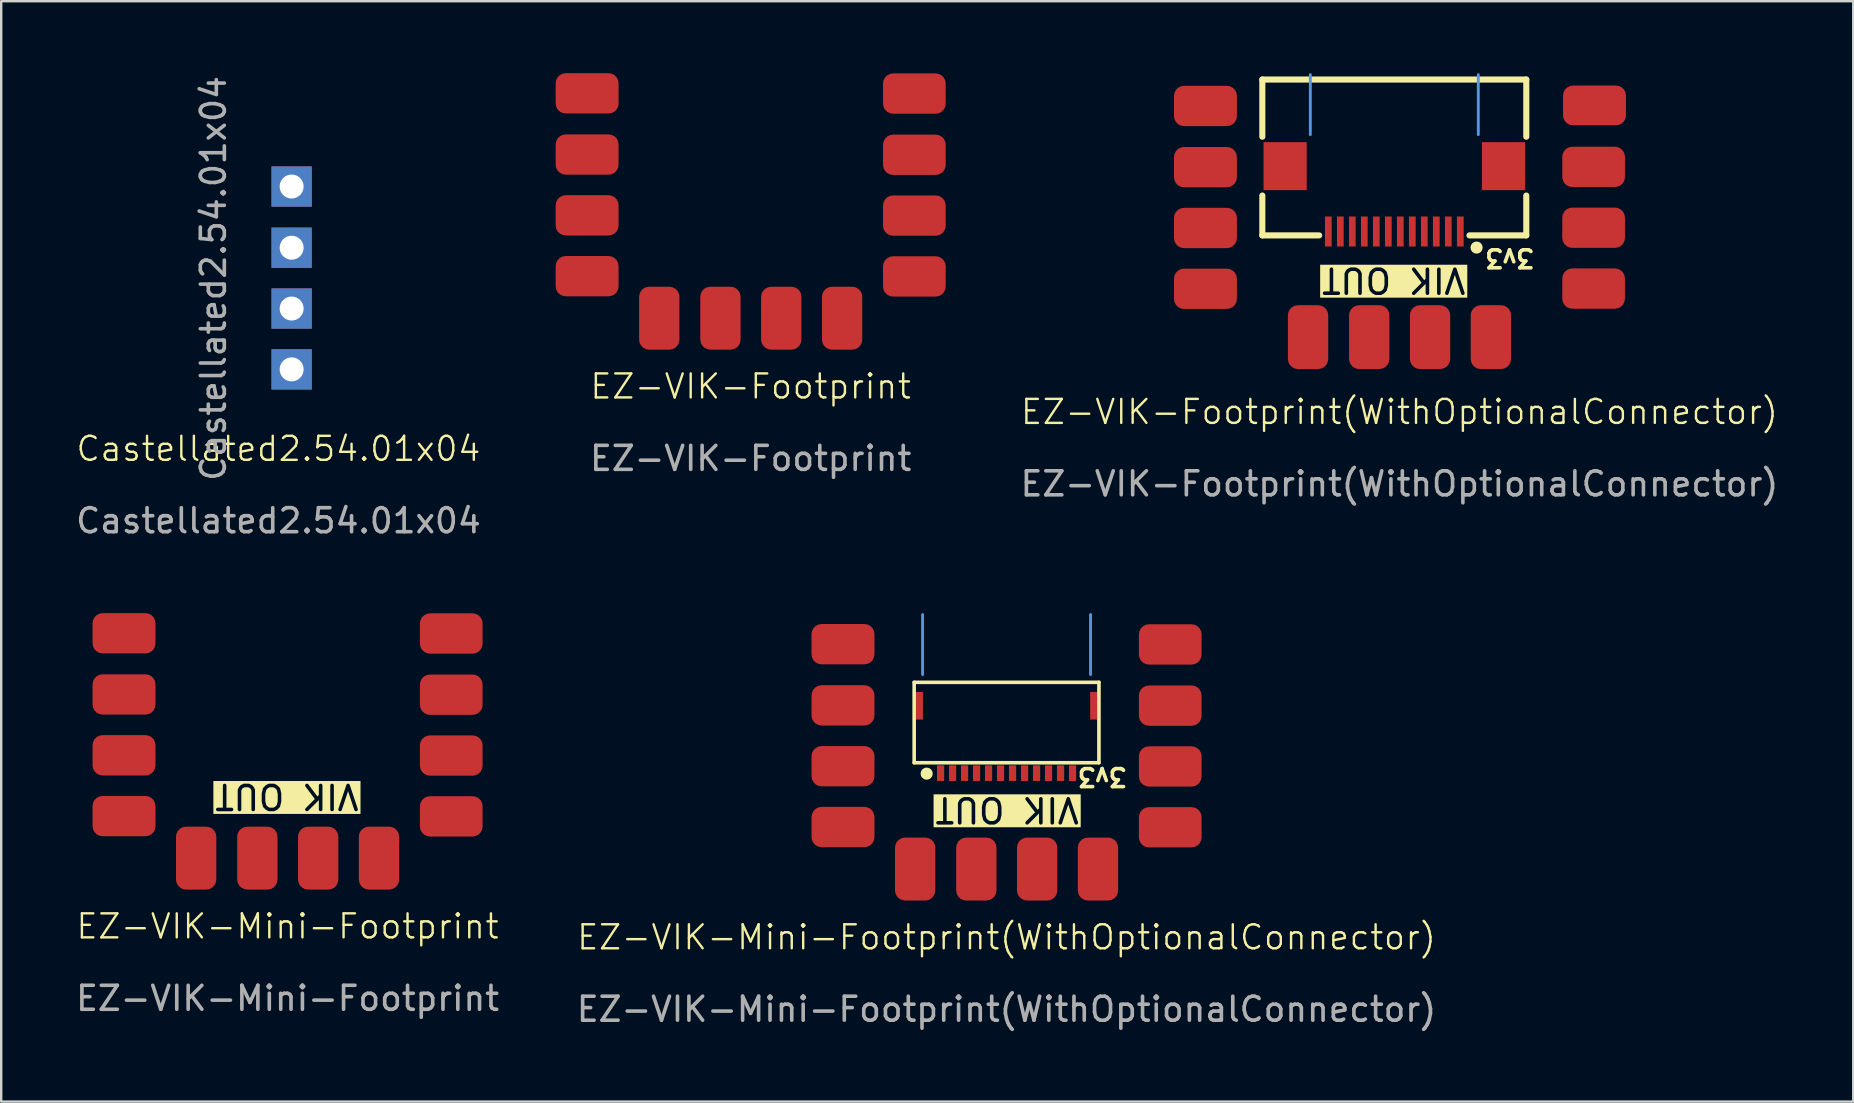
<source format=kicad_pcb>
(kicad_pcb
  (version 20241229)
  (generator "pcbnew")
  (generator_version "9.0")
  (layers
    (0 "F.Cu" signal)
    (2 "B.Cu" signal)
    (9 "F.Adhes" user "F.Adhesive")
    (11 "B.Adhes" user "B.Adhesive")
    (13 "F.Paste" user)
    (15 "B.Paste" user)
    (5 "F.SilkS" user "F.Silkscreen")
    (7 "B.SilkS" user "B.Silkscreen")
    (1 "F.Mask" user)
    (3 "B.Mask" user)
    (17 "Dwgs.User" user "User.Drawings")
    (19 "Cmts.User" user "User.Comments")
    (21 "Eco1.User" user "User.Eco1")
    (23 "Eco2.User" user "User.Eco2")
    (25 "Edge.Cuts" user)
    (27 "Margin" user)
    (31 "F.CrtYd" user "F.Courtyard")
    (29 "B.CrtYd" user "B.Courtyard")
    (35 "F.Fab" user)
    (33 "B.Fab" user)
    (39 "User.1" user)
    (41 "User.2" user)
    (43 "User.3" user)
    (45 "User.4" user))
  (footprint "EZ-VIK-Footprint"
    (layer "F.Cu")
    (at 28.235 13.555)
    (property "Reference" "EZ-VIK-Footprint" (at 0 -0.5 0) (unlocked yes) (layer "F.SilkS") (effects (font (size 1 1) (thickness 0.1))))
    (attr smd)
    (fp_text user "${REFERENCE}" (at 0 2.5 0) (unlocked yes) (layer "F.Fab") (effects (font (size 1 1) (thickness 0.15))))
    (pad "1" smd roundrect (at 6.355 -12.705) (size 2.613 1.68) (drill (offset 0.467 0)) (layers "F.Cu" "F.Mask" "F.Paste") (roundrect_rratio 0.25))
    (pad "2" smd roundrect (at 6.355 -10.155) (size 2.613 1.68) (drill (offset 0.467 0)) (layers "F.Cu" "F.Mask" "F.Paste") (roundrect_rratio 0.25))
    (pad "3" smd roundrect (at 6.355 -7.62) (size 2.613 1.68) (drill (offset 0.467 0)) (layers "F.Cu" "F.Mask" "F.Paste") (roundrect_rratio 0.25))
    (pad "4" smd roundrect (at 6.355 -5.085) (size 2.613 1.68) (drill (offset 0.467 0)) (layers "F.Cu" "F.Mask" "F.Paste") (roundrect_rratio 0.25))
    (pad "5" smd roundrect (at 3.81 -3.815 90) (size 2.623 1.68) (drill (offset -0.471 0)) (layers "F.Cu" "F.Mask" "F.Paste") (roundrect_rratio 0.25))
    (pad "6" smd roundrect (at 1.275 -3.815 90) (size 2.623 1.68) (drill (offset -0.471 0)) (layers "F.Cu" "F.Mask" "F.Paste") (roundrect_rratio 0.25))
    (pad "7" smd roundrect (at -1.26 -3.815 90) (size 2.623 1.68) (drill (offset -0.471 0)) (layers "F.Cu" "F.Mask" "F.Paste") (roundrect_rratio 0.25))
    (pad "8" smd roundrect (at -3.81 -3.815 90) (size 2.623 1.68) (drill (offset -0.471 0)) (layers "F.Cu" "F.Mask" "F.Paste") (roundrect_rratio 0.25))
    (pad "9" smd roundrect (at -6.345 -5.095) (size 2.623 1.68) (drill (offset -0.471 0)) (layers "F.Cu" "F.Mask" "F.Paste") (roundrect_rratio 0.25))
    (pad "10" smd roundrect (at -6.345 -7.63) (size 2.623 1.68) (drill (offset -0.471 0)) (layers "F.Cu" "F.Mask" "F.Paste") (roundrect_rratio 0.25))
    (pad "11" smd roundrect (at -6.345 -10.165) (size 2.623 1.68) (drill (offset -0.471 0)) (layers "F.Cu" "F.Mask" "F.Paste") (roundrect_rratio 0.25))
    (pad "12" smd roundrect (at -6.345 -12.715) (size 2.623 1.68) (drill (offset -0.471 0)) (layers "F.Cu" "F.Mask" "F.Paste") (roundrect_rratio 0.25)))
  (footprint "EZ-VIK-Mini-Footprint(WithOptionalConnector)"
    (layer "F.Cu")
    (at 38.899 36.512)
    (property "Reference" "EZ-VIK-Mini-Footprint(WithOptionalConnector)" (at 0 -0.5 0) (unlocked yes) (layer "F.SilkS") (effects (font (size 1 1) (thickness 0.1))))
    (attr smd)
    (fp_line (start -3.85 -11.125) (end -3.85 -7.775) (stroke (width 0.15) (type solid)) (layer "F.SilkS"))
    (fp_line (start -3.85 -11.125) (end 3.85 -11.125) (stroke (width 0.15) (type solid)) (layer "F.SilkS"))
    (fp_line (start 3.85 -11.125) (end 3.85 -7.775) (stroke (width 0.15) (type solid)) (layer "F.SilkS"))
    (fp_line (start 3.85 -7.775) (end -3.85 -7.775) (stroke (width 0.15) (type solid)) (layer "F.SilkS"))
    (fp_circle (center -3.33 -7.32) (end -3.457 -7.32) (stroke (width 0.254) (type solid)) (fill no) (layer "F.SilkS"))
    (fp_line (start -3.5 -11.45) (end -3.5 -13.95) (stroke (width 0.12) (type default)) (layer "Cmts.User"))
    (fp_line (start 3.5 -11.45) (end 3.5 -13.95) (stroke (width 0.12) (type default)) (layer "Cmts.User"))
    (fp_text user "VIK OUT" (at 3.099 -6.401 180) (unlocked yes) (layer "F.SilkS" knockout) (effects (font (size 1 1) (thickness 0.15)) (justify left bottom)))
    (fp_text user "3v3" (at 5.08 -7.63 180) (unlocked yes) (layer "F.SilkS") (effects (font (size 0.75 0.75) (thickness 0.15)) (justify left bottom)))
    (fp_text user "${REFERENCE}" (at 0 2.5 0) (unlocked yes) (layer "F.Fab") (effects (font (size 1 1) (thickness 0.15))))
    (fp_text user "C2919479" (at 0 -10.2 180) (layer "User.2") (effects (font (size 1 1) (thickness 0.15))))
    (pad "1" smd rect (at 2.75 -7.34 180) (size 0.3 0.65) (layers "F.Cu" "F.Mask" "F.Paste"))
    (pad "1" smd roundrect (at 6.355 -12.705) (size 2.613 1.68) (drill (offset 0.467 0)) (layers "F.Cu" "F.Mask" "F.Paste") (roundrect_rratio 0.25))
    (pad "2" smd rect (at 2.25 -7.34 180) (size 0.3 0.65) (layers "F.Cu" "F.Mask" "F.Paste"))
    (pad "2" smd roundrect (at 6.355 -10.155) (size 2.613 1.68) (drill (offset 0.467 0)) (layers "F.Cu" "F.Mask" "F.Paste") (roundrect_rratio 0.25))
    (pad "3" smd rect (at 1.75 -7.34 180) (size 0.3 0.65) (layers "F.Cu" "F.Mask" "F.Paste"))
    (pad "3" smd roundrect (at 6.355 -7.62) (size 2.613 1.68) (drill (offset 0.467 0)) (layers "F.Cu" "F.Mask" "F.Paste") (roundrect_rratio 0.25))
    (pad "4" smd rect (at 1.25 -7.34 180) (size 0.3 0.65) (layers "F.Cu" "F.Mask" "F.Paste"))
    (pad "4" smd roundrect (at 6.355 -5.085) (size 2.613 1.68) (drill (offset 0.467 0)) (layers "F.Cu" "F.Mask" "F.Paste") (roundrect_rratio 0.25))
    (pad "5" smd rect (at 0.75 -7.34 180) (size 0.3 0.65) (layers "F.Cu" "F.Mask" "F.Paste"))
    (pad "5" smd roundrect (at 3.81 -3.815 90) (size 2.623 1.68) (drill (offset -0.471 0)) (layers "F.Cu" "F.Mask" "F.Paste") (roundrect_rratio 0.25))
    (pad "6" smd rect (at 0.25 -7.34 180) (size 0.3 0.65) (layers "F.Cu" "F.Mask" "F.Paste"))
    (pad "6" smd roundrect (at 1.275 -3.815 90) (size 2.623 1.68) (drill (offset -0.471 0)) (layers "F.Cu" "F.Mask" "F.Paste") (roundrect_rratio 0.25))
    (pad "7" smd roundrect (at -1.26 -3.815 90) (size 2.623 1.68) (drill (offset -0.471 0)) (layers "F.Cu" "F.Mask" "F.Paste") (roundrect_rratio 0.25))
    (pad "7" smd rect (at -0.25 -7.34 180) (size 0.3 0.65) (layers "F.Cu" "F.Mask" "F.Paste"))
    (pad "8" smd roundrect (at -3.81 -3.815 90) (size 2.623 1.68) (drill (offset -0.471 0)) (layers "F.Cu" "F.Mask" "F.Paste") (roundrect_rratio 0.25))
    (pad "8" smd rect (at -0.75 -7.34 180) (size 0.3 0.65) (layers "F.Cu" "F.Mask" "F.Paste"))
    (pad "9" smd roundrect (at -6.345 -5.095) (size 2.623 1.68) (drill (offset -0.471 0)) (layers "F.Cu" "F.Mask" "F.Paste") (roundrect_rratio 0.25))
    (pad "9" smd rect (at -1.25 -7.34 180) (size 0.3 0.65) (layers "F.Cu" "F.Mask" "F.Paste"))
    (pad "10" smd roundrect (at -6.345 -7.63) (size 2.623 1.68) (drill (offset -0.471 0)) (layers "F.Cu" "F.Mask" "F.Paste") (roundrect_rratio 0.25))
    (pad "10" smd rect (at -1.75 -7.34 180) (size 0.3 0.65) (layers "F.Cu" "F.Mask" "F.Paste"))
    (pad "11" smd roundrect (at -6.345 -10.165) (size 2.623 1.68) (drill (offset -0.471 0)) (layers "F.Cu" "F.Mask" "F.Paste") (roundrect_rratio 0.25))
    (pad "11" smd rect (at -2.25 -7.34 180) (size 0.3 0.65) (layers "F.Cu" "F.Mask" "F.Paste"))
    (pad "12" smd roundrect (at -6.345 -12.715) (size 2.623 1.68) (drill (offset -0.471 0)) (layers "F.Cu" "F.Mask" "F.Paste") (roundrect_rratio 0.25))
    (pad "12" smd rect (at -2.75 -7.34 180) (size 0.3 0.65) (layers "F.Cu" "F.Mask" "F.Paste"))
    (pad "13" smd rect (at -3.635 -10.15 180) (size 0.3 1.15) (layers "F.Cu" "F.Mask" "F.Paste"))
    (pad "14" smd rect (at 3.635 -10.15 180) (size 0.3 1.15) (layers "F.Cu" "F.Mask" "F.Paste")))
  (footprint "Castellated2.54.01x04"
    (layer "F.Cu")
    (at 8.554 16.154)
    (property "Reference" "Castellated2.54.01x04" (at 0 -0.5 0) (unlocked yes) (layer "F.SilkS") (effects (font (size 1 1) (thickness 0.1))))
    (attr smd)
    (fp_text user "${REFERENCE}" (at 0 2.5 0) (unlocked yes) (layer "F.Fab") (effects (font (size 1 1) (thickness 0.15))))
    (fp_text user "${REFERENCE}" (at -2.71 -7.6 90) (layer "F.Fab") (effects (font (size 1 1) (thickness 0.15))))
    (pad "1" thru_hole rect (at 0.55 -11.43) (size 1.68 1.68) (drill 1) (layers "*.Cu" "*.Mask"))
    (pad "2" thru_hole rect (at 0.55 -8.88) (size 1.68 1.68) (drill 1) (layers "*.Cu" "*.Mask"))
    (pad "3" thru_hole rect (at 0.55 -6.345) (size 1.68 1.68) (drill 1) (layers "*.Cu" "*.Mask"))
    (pad "4" thru_hole rect (at 0.55 -3.81) (size 1.68 1.68) (drill 1) (layers "*.Cu" "*.Mask")))
  (footprint "EZ-VIK-Footprint(WithOptionalConnector)"
    (layer "F.Cu")
    (at 55.274 14.616)
    (property "Reference" "EZ-VIK-Footprint(WithOptionalConnector)" (at 0 -0.5 0) (unlocked yes) (layer "F.SilkS") (effects (font (size 1 1) (thickness 0.1))))
    (attr smd)
    (fp_line (start -5.715 -14.351) (end -5.715 -11.968) (stroke (width 0.254) (type solid)) (layer "F.SilkS"))
    (fp_line (start -5.715 -14.351) (end 5.285 -14.351) (stroke (width 0.254) (type solid)) (layer "F.SilkS"))
    (fp_line (start -5.715 -9.517) (end -5.715 -7.856) (stroke (width 0.254) (type solid)) (layer "F.SilkS"))
    (fp_line (start -5.715 -7.856) (end -3.346 -7.856) (stroke (width 0.254) (type solid)) (layer "F.SilkS"))
    (fp_line (start 5.285 -14.351) (end 5.285 -11.968) (stroke (width 0.254) (type solid)) (layer "F.SilkS"))
    (fp_line (start 5.285 -9.517) (end 5.285 -7.856) (stroke (width 0.254) (type solid)) (layer "F.SilkS"))
    (fp_line (start 5.285 -7.856) (end 2.916 -7.856) (stroke (width 0.254) (type solid)) (layer "F.SilkS"))
    (fp_circle (center 3.214 -7.348) (end 3.087 -7.348) (stroke (width 0.254) (type solid)) (fill no) (layer "F.SilkS"))
    (fp_line (start -3.715 -12.056) (end -3.715 -14.556) (stroke (width 0.12) (type default)) (layer "Cmts.User"))
    (fp_line (start 3.285 -12.056) (end 3.285 -14.556) (stroke (width 0.12) (type default)) (layer "Cmts.User"))
    (fp_text user "VIK OUT" (at 2.835 -6.576 180) (unlocked yes) (layer "F.SilkS" knockout) (effects (font (size 1 1) (thickness 0.15)) (justify left bottom)))
    (fp_text user "3v3" (at 5.685 -7.356 180) (unlocked yes) (layer "F.SilkS") (effects (font (size 0.75 0.75) (thickness 0.15)) (justify left bottom)))
    (fp_text user "${REFERENCE}" (at 0 2.5 0) (unlocked yes) (layer "F.Fab") (effects (font (size 1 1) (thickness 0.15))))
    (fp_text user "C479750" (at -0.215 -10.806 180) (layer "User.2") (effects (font (size 1 1) (thickness 0.15))))
    (pad "1" smd rect (at 2.535 -8.018 180) (size 0.28 1.25) (layers "F.Cu" "F.Mask" "F.Paste"))
    (pad "1" smd roundrect (at 8.128 -13.273) (size 2.623 1.654) (layers "F.Cu" "F.Mask" "F.Paste") (roundrect_rratio 0.25))
    (pad "2" smd rect (at 2.035 -8.018 180) (size 0.28 1.25) (layers "F.Cu" "F.Mask" "F.Paste"))
    (pad "2" smd roundrect (at 8.091 -10.71) (size 2.613 1.68) (layers "F.Cu" "F.Mask" "F.Paste") (roundrect_rratio 0.25))
    (pad "3" smd rect (at 1.535 -8.018 180) (size 0.28 1.25) (layers "F.Cu" "F.Mask" "F.Paste"))
    (pad "3" smd roundrect (at 8.091 -8.175) (size 2.613 1.68) (layers "F.Cu" "F.Mask" "F.Paste") (roundrect_rratio 0.25))
    (pad "4" smd rect (at 1.035 -8.018 180) (size 0.28 1.25) (layers "F.Cu" "F.Mask" "F.Paste"))
    (pad "4" smd roundrect (at 8.091 -5.64) (size 2.613 1.68) (layers "F.Cu" "F.Mask" "F.Paste") (roundrect_rratio 0.25))
    (pad "5" smd rect (at 0.535 -8.018 180) (size 0.28 1.25) (layers "F.Cu" "F.Mask" "F.Paste"))
    (pad "5" smd roundrect (at 3.81 -3.616 90) (size 2.66 1.68) (layers "F.Cu" "F.Mask" "F.Paste") (roundrect_rratio 0.25))
    (pad "6" smd rect (at 0.035 -8.018 180) (size 0.28 1.25) (layers "F.Cu" "F.Mask" "F.Paste"))
    (pad "6" smd roundrect (at 1.275 -3.616 90) (size 2.66 1.68) (layers "F.Cu" "F.Mask" "F.Paste") (roundrect_rratio 0.25))
    (pad "7" smd roundrect (at -1.26 -3.616 90) (size 2.66 1.68) (layers "F.Cu" "F.Mask" "F.Paste") (roundrect_rratio 0.25))
    (pad "7" smd rect (at -0.465 -8.018 180) (size 0.28 1.25) (layers "F.Cu" "F.Mask" "F.Paste"))
    (pad "8" smd roundrect (at -3.81 -3.616 90) (size 2.66 1.68) (layers "F.Cu" "F.Mask" "F.Paste") (roundrect_rratio 0.25))
    (pad "8" smd rect (at -0.965 -8.018 180) (size 0.28 1.25) (layers "F.Cu" "F.Mask" "F.Paste"))
    (pad "9" smd roundrect (at -8.086 -5.63) (size 2.623 1.68) (layers "F.Cu" "F.Mask" "F.Paste") (roundrect_rratio 0.25))
    (pad "9" smd rect (at -1.465 -8.018 180) (size 0.28 1.25) (layers "F.Cu" "F.Mask" "F.Paste"))
    (pad "10" smd roundrect (at -8.086 -8.165) (size 2.623 1.68) (layers "F.Cu" "F.Mask" "F.Paste") (roundrect_rratio 0.25))
    (pad "10" smd rect (at -1.965 -8.018 180) (size 0.28 1.25) (layers "F.Cu" "F.Mask" "F.Paste"))
    (pad "11" smd roundrect (at -8.086 -10.7) (size 2.623 1.68) (layers "F.Cu" "F.Mask" "F.Paste") (roundrect_rratio 0.25))
    (pad "11" smd rect (at -2.465 -8.018 180) (size 0.28 1.25) (layers "F.Cu" "F.Mask" "F.Paste"))
    (pad "12" smd roundrect (at -8.086 -13.25) (size 2.623 1.68) (layers "F.Cu" "F.Mask" "F.Paste") (roundrect_rratio 0.25))
    (pad "12" smd rect (at -2.965 -8.018 180) (size 0.28 1.25) (layers "F.Cu" "F.Mask" "F.Paste"))
    (pad "13" smd rect (at -4.765 -10.742 180) (size 1.8 2) (layers "F.Cu" "F.Mask" "F.Paste"))
    (pad "14" smd rect (at 4.335 -10.742 180) (size 1.8 2) (layers "F.Cu" "F.Mask" "F.Paste")))
  (footprint "EZ-VIK-Mini-Footprint"
    (layer "F.Cu")
    (at 8.935 36.057)
    (property "Reference" "EZ-VIK-Mini-Footprint" (at 0 -0.5 0) (unlocked yes) (layer "F.SilkS") (effects (font (size 1 1) (thickness 0.1))))
    (attr smd)
    (fp_text user "VIK OUT" (at 3.048 -6.502 180) (unlocked yes) (layer "F.SilkS" knockout) (effects (font (size 1 1) (thickness 0.15)) (justify left bottom)))
    (fp_text user "${REFERENCE}" (at 0 2.5 0) (unlocked yes) (layer "F.Fab") (effects (font (size 1 1) (thickness 0.15))))
    (pad "1" smd roundrect (at 6.355 -12.705) (size 2.613 1.68) (drill (offset 0.467 0)) (layers "F.Cu" "F.Mask" "F.Paste") (roundrect_rratio 0.25))
    (pad "2" smd roundrect (at 6.355 -10.155) (size 2.613 1.68) (drill (offset 0.467 0)) (layers "F.Cu" "F.Mask" "F.Paste") (roundrect_rratio 0.25))
    (pad "3" smd roundrect (at 6.355 -7.62) (size 2.613 1.68) (drill (offset 0.467 0)) (layers "F.Cu" "F.Mask" "F.Paste") (roundrect_rratio 0.25))
    (pad "4" smd roundrect (at 6.355 -5.085) (size 2.613 1.68) (drill (offset 0.467 0)) (layers "F.Cu" "F.Mask" "F.Paste") (roundrect_rratio 0.25))
    (pad "5" smd roundrect (at 3.81 -3.815 90) (size 2.623 1.68) (drill (offset -0.471 0)) (layers "F.Cu" "F.Mask" "F.Paste") (roundrect_rratio 0.25))
    (pad "6" smd roundrect (at 1.275 -3.815 90) (size 2.623 1.68) (drill (offset -0.471 0)) (layers "F.Cu" "F.Mask" "F.Paste") (roundrect_rratio 0.25))
    (pad "7" smd roundrect (at -1.26 -3.815 90) (size 2.623 1.68) (drill (offset -0.471 0)) (layers "F.Cu" "F.Mask" "F.Paste") (roundrect_rratio 0.25))
    (pad "8" smd roundrect (at -3.81 -3.815 90) (size 2.623 1.68) (drill (offset -0.471 0)) (layers "F.Cu" "F.Mask" "F.Paste") (roundrect_rratio 0.25))
    (pad "9" smd roundrect (at -6.345 -5.095) (size 2.623 1.68) (drill (offset -0.471 0)) (layers "F.Cu" "F.Mask" "F.Paste") (roundrect_rratio 0.25))
    (pad "10" smd roundrect (at -6.345 -7.63) (size 2.623 1.68) (drill (offset -0.471 0)) (layers "F.Cu" "F.Mask" "F.Paste") (roundrect_rratio 0.25))
    (pad "11" smd roundrect (at -6.345 -10.165) (size 2.623 1.68) (drill (offset -0.471 0)) (layers "F.Cu" "F.Mask" "F.Paste") (roundrect_rratio 0.25))
    (pad "12" smd roundrect (at -6.345 -12.715) (size 2.623 1.68) (drill (offset -0.471 0)) (layers "F.Cu" "F.Mask" "F.Paste") (roundrect_rratio 0.25)))
  (gr_rect
    (start -3 -3)
    (end 74.185 42.86)
    (stroke (width 0.1) (type default))
    (fill no)
    (layer "Edge.Cuts")))
</source>
